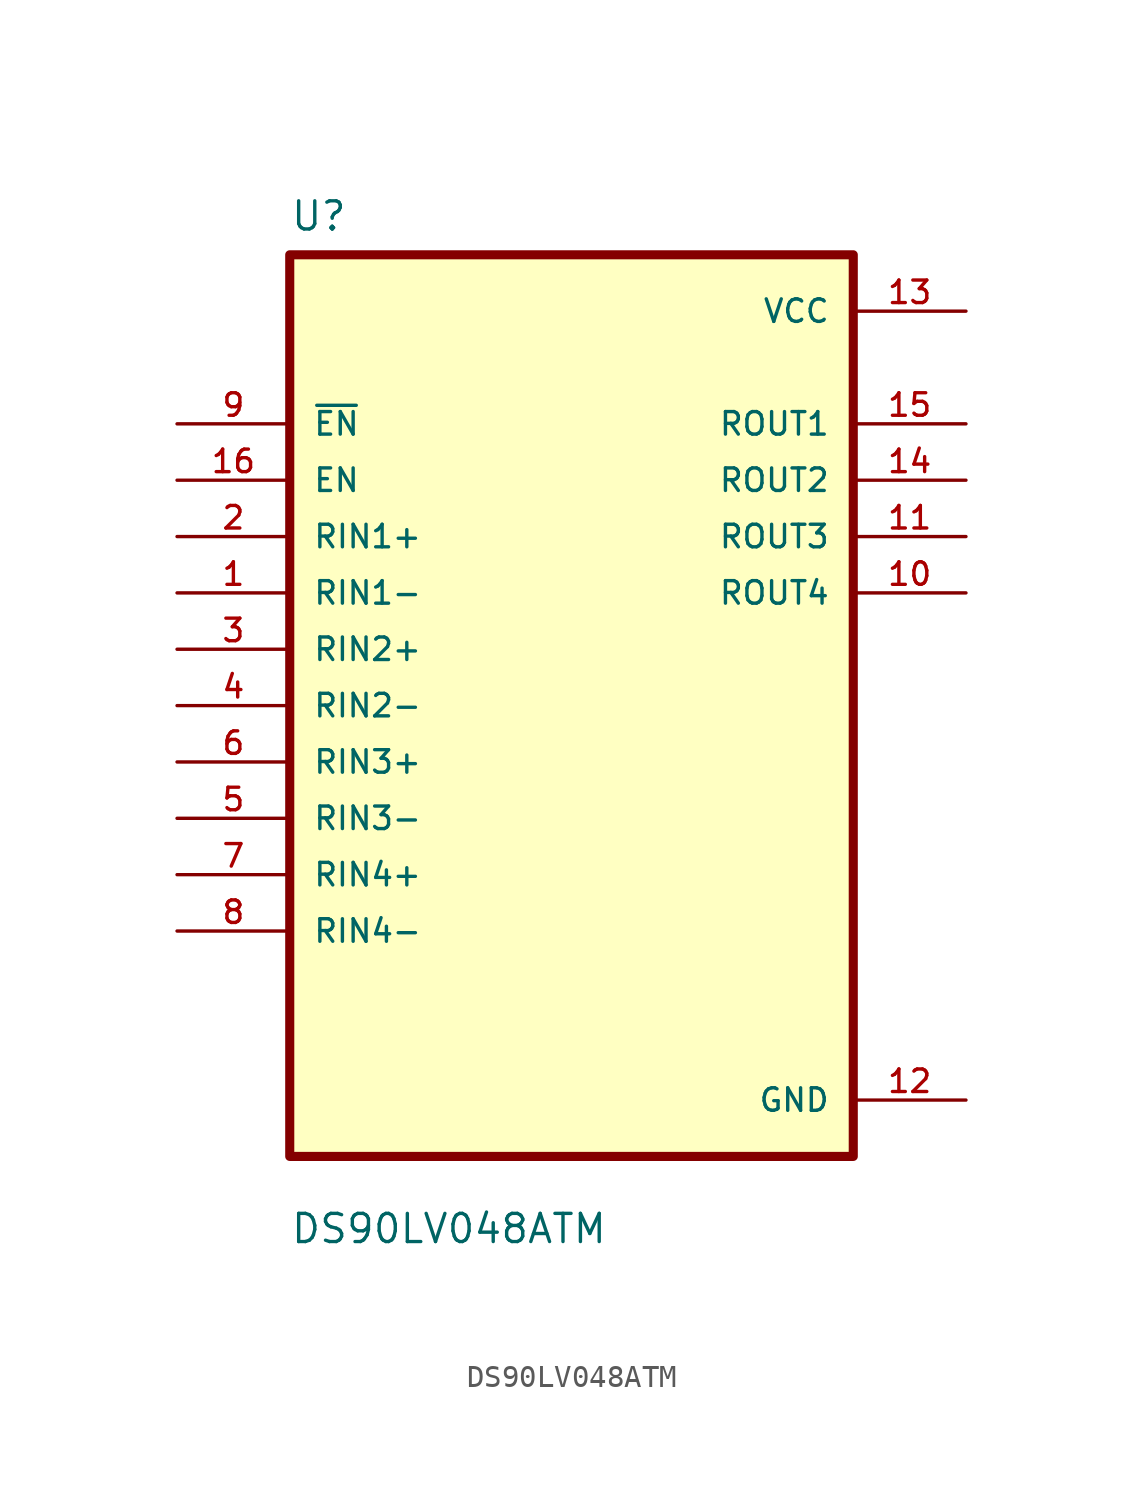
<source format=kicad_sym>
(kicad_symbol_lib
  (version 20211014)
  (generator kicad_symbol_editor)
  (symbol "DS90LV048ATM"
    (pin_names
      (offset 1.016))
    (property "Reference" "U"
      (at -12.7 21.32 0.0)
      (effects (font (size 1.27 1.27)) (justify bottom left)))
    (property "Value" "DS90LV048ATM"
      (at -12.7 -24.32 0.0)
      (effects (font (size 1.27 1.27)) (justify bottom left)))
    (symbol "DS90LV048ATM_0_0"
      (rectangle (start -12.7 -20.32) (end 12.7 20.32) (stroke (width 0.41)) (fill (type background)))
      (pin input line (at -17.78 12.7 0) (length 5.08) (name "~{EN}" (effects (font (size 1.016 1.016)))) (number "9" (effects (font (size 1.016 1.016)))))
      (pin input line (at -17.78 10.16 0) (length 5.08) (name "EN" (effects (font (size 1.016 1.016)))) (number "16" (effects (font (size 1.016 1.016)))))
      (pin input line (at -17.78 7.62 0) (length 5.08) (name "RIN1+" (effects (font (size 1.016 1.016)))) (number "2" (effects (font (size 1.016 1.016)))))
      (pin input line (at -17.78 5.08 0) (length 5.08) (name "RIN1-" (effects (font (size 1.016 1.016)))) (number "1" (effects (font (size 1.016 1.016)))))
      (pin input line (at -17.78 2.54 0) (length 5.08) (name "RIN2+" (effects (font (size 1.016 1.016)))) (number "3" (effects (font (size 1.016 1.016)))))
      (pin input line (at -17.78 0.0 0) (length 5.08) (name "RIN2-" (effects (font (size 1.016 1.016)))) (number "4" (effects (font (size 1.016 1.016)))))
      (pin input line (at -17.78 -2.54 0) (length 5.08) (name "RIN3+" (effects (font (size 1.016 1.016)))) (number "6" (effects (font (size 1.016 1.016)))))
      (pin input line (at -17.78 -5.08 0) (length 5.08) (name "RIN3-" (effects (font (size 1.016 1.016)))) (number "5" (effects (font (size 1.016 1.016)))))
      (pin input line (at -17.78 -7.62 0) (length 5.08) (name "RIN4+" (effects (font (size 1.016 1.016)))) (number "7" (effects (font (size 1.016 1.016)))))
      (pin input line (at -17.78 -10.16 0) (length 5.08) (name "RIN4-" (effects (font (size 1.016 1.016)))) (number "8" (effects (font (size 1.016 1.016)))))
      (pin power_in line (at 17.78 17.78 180.0) (length 5.08) (name "VCC" (effects (font (size 1.016 1.016)))) (number "13" (effects (font (size 1.016 1.016)))))
      (pin output line (at 17.78 12.7 180.0) (length 5.08) (name "ROUT1" (effects (font (size 1.016 1.016)))) (number "15" (effects (font (size 1.016 1.016)))))
      (pin output line (at 17.78 10.16 180.0) (length 5.08) (name "ROUT2" (effects (font (size 1.016 1.016)))) (number "14" (effects (font (size 1.016 1.016)))))
      (pin output line (at 17.78 7.62 180.0) (length 5.08) (name "ROUT3" (effects (font (size 1.016 1.016)))) (number "11" (effects (font (size 1.016 1.016)))))
      (pin output line (at 17.78 5.08 180.0) (length 5.08) (name "ROUT4" (effects (font (size 1.016 1.016)))) (number "10" (effects (font (size 1.016 1.016)))))
      (pin power_in line (at 17.78 -17.78 180.0) (length 5.08) (name "GND" (effects (font (size 1.016 1.016)))) (number "12" (effects (font (size 1.016 1.016))))))))
</source>
